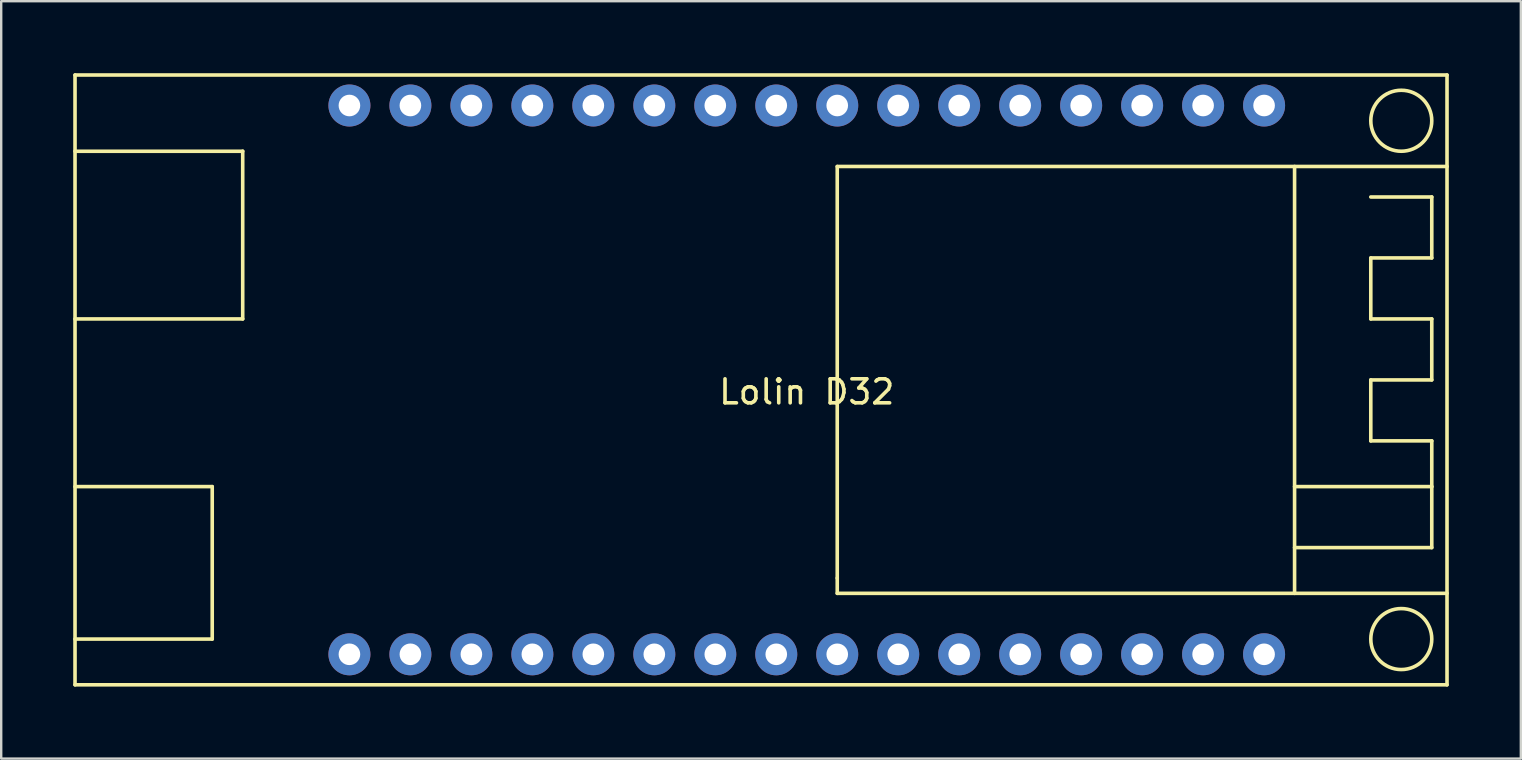
<source format=kicad_pcb>
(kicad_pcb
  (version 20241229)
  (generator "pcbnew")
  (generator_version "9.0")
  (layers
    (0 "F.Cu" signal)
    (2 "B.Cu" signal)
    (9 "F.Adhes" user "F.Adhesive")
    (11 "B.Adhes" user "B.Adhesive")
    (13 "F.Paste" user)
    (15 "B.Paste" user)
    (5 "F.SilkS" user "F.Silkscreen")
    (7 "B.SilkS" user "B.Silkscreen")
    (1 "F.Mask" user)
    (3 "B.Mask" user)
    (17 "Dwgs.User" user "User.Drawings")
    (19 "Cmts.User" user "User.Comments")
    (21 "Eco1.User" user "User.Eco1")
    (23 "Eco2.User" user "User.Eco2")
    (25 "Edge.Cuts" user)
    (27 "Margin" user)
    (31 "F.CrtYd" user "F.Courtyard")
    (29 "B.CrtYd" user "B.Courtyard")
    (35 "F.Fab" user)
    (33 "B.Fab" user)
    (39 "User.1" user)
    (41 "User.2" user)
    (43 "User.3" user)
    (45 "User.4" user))
  (footprint "Lolin D32"
    (layer "F.Cu")
    (at 30.555 12.775)
    (property "Reference" "Lolin D32" (at 0 0.5 0) (layer "F.SilkS") (effects (font (size 1 1) (thickness 0.15))))
    (attr through_hole)
    (fp_line (start -30.48 -12.7) (end 26.67 -12.7) (stroke (width 0.15) (type solid)) (layer "F.SilkS"))
    (fp_line (start -30.48 -9.525) (end -23.495 -9.525) (stroke (width 0.15) (type solid)) (layer "F.SilkS"))
    (fp_line (start -30.48 10.795) (end -24.765 10.795) (stroke (width 0.15) (type solid)) (layer "F.SilkS"))
    (fp_line (start -30.48 12.7) (end -30.48 -12.7) (stroke (width 0.15) (type solid)) (layer "F.SilkS"))
    (fp_line (start -24.765 4.445) (end -30.48 4.445) (stroke (width 0.15) (type solid)) (layer "F.SilkS"))
    (fp_line (start -24.765 10.795) (end -24.765 4.445) (stroke (width 0.15) (type solid)) (layer "F.SilkS"))
    (fp_line (start -23.495 -9.525) (end -23.495 -2.54) (stroke (width 0.15) (type solid)) (layer "F.SilkS"))
    (fp_line (start -23.495 -2.54) (end -30.48 -2.54) (stroke (width 0.15) (type solid)) (layer "F.SilkS"))
    (fp_line (start 1.27 -8.89) (end 1.27 8.255) (stroke (width 0.15) (type solid)) (layer "F.SilkS"))
    (fp_line (start 1.27 8.255) (end 1.27 8.89) (stroke (width 0.15) (type solid)) (layer "F.SilkS"))
    (fp_line (start 1.27 8.89) (end 26.67 8.89) (stroke (width 0.15) (type solid)) (layer "F.SilkS"))
    (fp_line (start 20.32 -8.89) (end 20.32 8.89) (stroke (width 0.15) (type solid)) (layer "F.SilkS"))
    (fp_line (start 20.32 6.985) (end 26.035 6.985) (stroke (width 0.15) (type solid)) (layer "F.SilkS"))
    (fp_line (start 23.495 -7.62) (end 26.035 -7.62) (stroke (width 0.15) (type solid)) (layer "F.SilkS"))
    (fp_line (start 23.495 -5.08) (end 23.495 -2.54) (stroke (width 0.15) (type solid)) (layer "F.SilkS"))
    (fp_line (start 23.495 -2.54) (end 26.035 -2.54) (stroke (width 0.15) (type solid)) (layer "F.SilkS"))
    (fp_line (start 23.495 0) (end 23.495 2.54) (stroke (width 0.15) (type solid)) (layer "F.SilkS"))
    (fp_line (start 23.495 2.54) (end 26.035 2.54) (stroke (width 0.15) (type solid)) (layer "F.SilkS"))
    (fp_line (start 26.035 -7.62) (end 26.035 -5.08) (stroke (width 0.15) (type solid)) (layer "F.SilkS"))
    (fp_line (start 26.035 -5.08) (end 23.495 -5.08) (stroke (width 0.15) (type solid)) (layer "F.SilkS"))
    (fp_line (start 26.035 -2.54) (end 26.035 0) (stroke (width 0.15) (type solid)) (layer "F.SilkS"))
    (fp_line (start 26.035 0) (end 23.495 0) (stroke (width 0.15) (type solid)) (layer "F.SilkS"))
    (fp_line (start 26.035 2.54) (end 26.035 4.445) (stroke (width 0.15) (type solid)) (layer "F.SilkS"))
    (fp_line (start 26.035 4.445) (end 20.32 4.445) (stroke (width 0.15) (type solid)) (layer "F.SilkS"))
    (fp_line (start 26.035 6.985) (end 26.035 4.445) (stroke (width 0.15) (type solid)) (layer "F.SilkS"))
    (fp_line (start 26.67 -12.7) (end 26.67 12.7) (stroke (width 0.15) (type solid)) (layer "F.SilkS"))
    (fp_line (start 26.67 -8.89) (end 1.27 -8.89) (stroke (width 0.15) (type solid)) (layer "F.SilkS"))
    (fp_line (start 26.67 12.7) (end -30.48 12.7) (stroke (width 0.15) (type solid)) (layer "F.SilkS"))
    (fp_circle (center 24.765 -10.795) (end 26.035 -10.795) (stroke (width 0.15) (type solid)) (fill no) (layer "F.SilkS"))
    (fp_circle (center 24.765 10.795) (end 26.035 10.795) (stroke (width 0.15) (type solid)) (fill no) (layer "F.SilkS"))
    (pad "1" thru_hole circle (at -19.05 -11.43) (size 1.75 1.75) (drill 0.9) (layers "*.Cu" "*.Mask"))
    (pad "2" thru_hole circle (at -16.51 -11.43) (size 1.75 1.75) (drill 0.9) (layers "*.Cu" "*.Mask"))
    (pad "3" thru_hole circle (at -13.97 -11.43) (size 1.75 1.75) (drill 0.9) (layers "*.Cu" "*.Mask"))
    (pad "4" thru_hole circle (at -11.43 -11.43) (size 1.75 1.75) (drill 0.9) (layers "*.Cu" "*.Mask"))
    (pad "5" thru_hole circle (at -8.89 -11.43) (size 1.75 1.75) (drill 0.9) (layers "*.Cu" "*.Mask"))
    (pad "6" thru_hole circle (at -6.35 -11.43) (size 1.75 1.75) (drill 0.9) (layers "*.Cu" "*.Mask"))
    (pad "7" thru_hole circle (at -3.81 -11.43) (size 1.75 1.75) (drill 0.9) (layers "*.Cu" "*.Mask"))
    (pad "8" thru_hole circle (at -1.27 -11.43) (size 1.75 1.75) (drill 0.9) (layers "*.Cu" "*.Mask"))
    (pad "9" thru_hole circle (at 1.27 -11.43) (size 1.75 1.75) (drill 0.9) (layers "*.Cu" "*.Mask"))
    (pad "10" thru_hole circle (at 3.81 -11.43) (size 1.75 1.75) (drill 0.9) (layers "*.Cu" "*.Mask"))
    (pad "11" thru_hole circle (at 6.35 -11.43) (size 1.75 1.75) (drill 0.9) (layers "*.Cu" "*.Mask"))
    (pad "12" thru_hole circle (at 8.89 -11.43) (size 1.75 1.75) (drill 0.9) (layers "*.Cu" "*.Mask"))
    (pad "13" thru_hole circle (at 11.43 -11.43) (size 1.75 1.75) (drill 0.9) (layers "*.Cu" "*.Mask"))
    (pad "14" thru_hole circle (at 13.97 -11.43) (size 1.75 1.75) (drill 0.9) (layers "*.Cu" "*.Mask"))
    (pad "15" thru_hole circle (at 16.51 -11.43) (size 1.75 1.75) (drill 0.9) (layers "*.Cu" "*.Mask"))
    (pad "16" thru_hole circle (at 19.05 -11.43) (size 1.75 1.75) (drill 0.9) (layers "*.Cu" "*.Mask"))
    (pad "17" thru_hole circle (at 19.05 11.43) (size 1.75 1.75) (drill 0.9) (layers "*.Cu" "*.Mask"))
    (pad "18" thru_hole circle (at 16.51 11.43) (size 1.75 1.75) (drill 0.9) (layers "*.Cu" "*.Mask"))
    (pad "19" thru_hole circle (at 13.97 11.43) (size 1.75 1.75) (drill 0.9) (layers "*.Cu" "*.Mask"))
    (pad "20" thru_hole circle (at 11.43 11.43) (size 1.75 1.75) (drill 0.9) (layers "*.Cu" "*.Mask"))
    (pad "21" thru_hole circle (at 8.89 11.43) (size 1.75 1.75) (drill 0.9) (layers "*.Cu" "*.Mask"))
    (pad "22" thru_hole circle (at 6.35 11.43) (size 1.75 1.75) (drill 0.9) (layers "*.Cu" "*.Mask"))
    (pad "23" thru_hole circle (at 3.81 11.43) (size 1.75 1.75) (drill 0.9) (layers "*.Cu" "*.Mask"))
    (pad "24" thru_hole circle (at 1.27 11.43) (size 1.75 1.75) (drill 0.9) (layers "*.Cu" "*.Mask"))
    (pad "25" thru_hole circle (at -1.27 11.43) (size 1.75 1.75) (drill 0.9) (layers "*.Cu" "*.Mask"))
    (pad "26" thru_hole circle (at -3.81 11.43) (size 1.75 1.75) (drill 0.9) (layers "*.Cu" "*.Mask"))
    (pad "27" thru_hole circle (at -6.35 11.43) (size 1.75 1.75) (drill 0.9) (layers "*.Cu" "*.Mask"))
    (pad "28" thru_hole circle (at -8.89 11.43) (size 1.75 1.75) (drill 0.9) (layers "*.Cu" "*.Mask"))
    (pad "29" thru_hole circle (at -11.43 11.43) (size 1.75 1.75) (drill 0.9) (layers "*.Cu" "*.Mask"))
    (pad "30" thru_hole circle (at -13.97 11.43) (size 1.75 1.75) (drill 0.9) (layers "*.Cu" "*.Mask"))
    (pad "31" thru_hole circle (at -16.51 11.43) (size 1.75 1.75) (drill 0.9) (layers "*.Cu" "*.Mask"))
    (pad "32" thru_hole circle (at -19.05 11.43) (size 1.75 1.75) (drill 0.9) (layers "*.Cu" "*.Mask")))
  (gr_rect
    (start -3 -3)
    (end 60.3 28.55)
    (stroke (width 0.1) (type default))
    (fill no)
    (layer "Edge.Cuts")))
</source>
